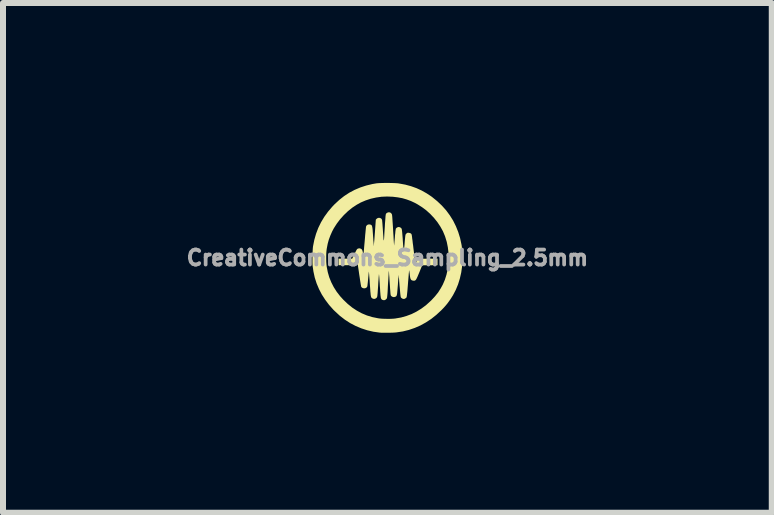
<source format=kicad_pcb>
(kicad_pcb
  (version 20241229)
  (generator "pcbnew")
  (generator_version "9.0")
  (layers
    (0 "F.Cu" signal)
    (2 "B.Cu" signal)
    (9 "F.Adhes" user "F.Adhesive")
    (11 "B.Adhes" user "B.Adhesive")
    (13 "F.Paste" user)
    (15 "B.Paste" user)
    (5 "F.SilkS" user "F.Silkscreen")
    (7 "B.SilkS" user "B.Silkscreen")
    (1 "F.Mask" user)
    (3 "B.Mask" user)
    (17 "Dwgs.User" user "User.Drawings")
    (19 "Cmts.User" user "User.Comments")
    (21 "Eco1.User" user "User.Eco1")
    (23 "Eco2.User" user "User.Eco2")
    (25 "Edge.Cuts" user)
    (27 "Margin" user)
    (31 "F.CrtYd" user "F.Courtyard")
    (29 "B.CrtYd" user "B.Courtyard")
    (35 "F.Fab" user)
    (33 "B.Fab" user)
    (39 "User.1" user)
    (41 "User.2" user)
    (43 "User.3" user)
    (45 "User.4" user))
  (footprint "CreativeCommons_Sampling_2.5mm"
    (layer "F.Cu")
    (at 3.408 1.248)
    (property "Reference" "CreativeCommons_Sampling_2.5mm" (at 0 0 0) (layer "F.Fab") (effects (font (size 0.25 0.25) (thickness 0.3))))
    (attr board_only exclude_from_pos_files exclude_from_bom)
    (fp_poly (pts (xy 0.033 -1.248) (xy 0.074 -1.247) (xy 0.114 -1.246) (xy 0.148 -1.244) (xy 0.177 -1.242) (xy 0.195 -1.239) (xy 0.298 -1.22) (xy 0.394 -1.194) (xy 0.486 -1.161) (xy 0.573 -1.121) (xy 0.656 -1.074) (xy 0.737 -1.02) (xy 0.745 -1.014) (xy 0.831 -0.944) (xy 0.909 -0.87) (xy 0.979 -0.792) (xy 1.041 -0.708) (xy 1.096 -0.62) (xy 1.142 -0.527) (xy 1.181 -0.43) (xy 1.212 -0.329) (xy 1.235 -0.223) (xy 1.239 -0.2) (xy 1.242 -0.175) (xy 1.244 -0.144) (xy 1.246 -0.107) (xy 1.248 -0.066) (xy 1.249 -0.024) (xy 1.249 0.019) (xy 1.249 0.059) (xy 1.248 0.095) (xy 1.247 0.126) (xy 1.246 0.139) (xy 1.231 0.245) (xy 1.208 0.346) (xy 1.178 0.443) (xy 1.14 0.535) (xy 1.094 0.623) (xy 1.057 0.682) (xy 1.027 0.725) (xy 0.999 0.763) (xy 0.97 0.798) (xy 0.938 0.834) (xy 0.901 0.872) (xy 0.898 0.875) (xy 0.816 0.951) (xy 0.732 1.018) (xy 0.644 1.076) (xy 0.552 1.127) (xy 0.458 1.168) (xy 0.359 1.202) (xy 0.258 1.227) (xy 0.152 1.243) (xy 0.152 1.243) (xy 0.131 1.245) (xy 0.103 1.247) (xy 0.07 1.248) (xy 0.034 1.249) (xy -0.002 1.249) (xy -0.038 1.249) (xy -0.072 1.249) (xy -0.1 1.249) (xy -0.122 1.247) (xy -0.127 1.247) (xy -0.233 1.232) (xy -0.336 1.208) (xy -0.434 1.176) (xy -0.529 1.136) (xy -0.621 1.088) (xy -0.709 1.031) (xy -0.793 0.966) (xy -0.873 0.892) (xy -0.899 0.867) (xy -0.972 0.785) (xy -1.036 0.7) (xy -1.093 0.612) (xy -1.14 0.521) (xy -1.18 0.426) (xy -1.211 0.329) (xy -1.233 0.227) (xy -1.246 0.135) (xy -1.248 0.108) (xy -1.249 0.074) (xy -1.249 0.036) (xy -1.249 0.022) (xy -1.02 0.022) (xy -1.019 0.067) (xy -1.016 0.108) (xy -1.012 0.143) (xy -1.012 0.145) (xy -0.994 0.238) (xy -0.969 0.325) (xy -0.935 0.409) (xy -0.894 0.489) (xy -0.845 0.566) (xy -0.787 0.641) (xy -0.734 0.699) (xy -0.662 0.768) (xy -0.587 0.829) (xy -0.508 0.881) (xy -0.427 0.925) (xy -0.341 0.961) (xy -0.252 0.988) (xy -0.159 1.007) (xy -0.133 1.011) (xy -0.103 1.014) (xy -0.066 1.016) (xy -0.025 1.017) (xy 0.018 1.018) (xy 0.059 1.017) (xy 0.098 1.015) (xy 0.13 1.012) (xy 0.135 1.011) (xy 0.228 0.995) (xy 0.317 0.97) (xy 0.403 0.938) (xy 0.485 0.897) (xy 0.565 0.848) (xy 0.642 0.791) (xy 0.716 0.724) (xy 0.734 0.707) (xy 0.794 0.642) (xy 0.847 0.576) (xy 0.891 0.506) (xy 0.923 0.448) (xy 0.958 0.367) (xy 0.985 0.282) (xy 1.005 0.193) (xy 1.017 0.102) (xy 1.022 0.01) (xy 1.019 -0.083) (xy 1.008 -0.175) (xy 0.99 -0.265) (xy 0.963 -0.353) (xy 0.959 -0.364) (xy 0.926 -0.443) (xy 0.884 -0.519) (xy 0.835 -0.593) (xy 0.779 -0.663) (xy 0.717 -0.729) (xy 0.65 -0.79) (xy 0.578 -0.844) (xy 0.502 -0.892) (xy 0.462 -0.914) (xy 0.392 -0.947) (xy 0.321 -0.973) (xy 0.249 -0.994) (xy 0.173 -1.008) (xy 0.091 -1.018) (xy 0.089 -1.018) (xy -0.004 -1.022) (xy -0.097 -1.018) (xy -0.188 -1.005) (xy -0.277 -0.985) (xy -0.362 -0.957) (xy -0.444 -0.922) (xy -0.509 -0.886) (xy -0.585 -0.836) (xy -0.657 -0.778) (xy -0.725 -0.713) (xy -0.788 -0.643) (xy -0.844 -0.569) (xy -0.893 -0.492) (xy -0.921 -0.439) (xy -0.951 -0.371) (xy -0.976 -0.304) (xy -0.995 -0.235) (xy -1.009 -0.162) (xy -1.012 -0.145) (xy -1.016 -0.111) (xy -1.019 -0.07) (xy -1.02 -0.025) (xy -1.02 0.022) (xy -1.249 0.022) (xy -1.249 -0.006) (xy -1.248 -0.048) (xy -1.247 -0.09) (xy -1.245 -0.128) (xy -1.243 -0.162) (xy -1.24 -0.189) (xy -1.239 -0.195) (xy -1.218 -0.3) (xy -1.189 -0.401) (xy -1.152 -0.499) (xy -1.106 -0.593) (xy -1.052 -0.683) (xy -0.989 -0.77) (xy -0.919 -0.852) (xy -0.88 -0.893) (xy -0.801 -0.966) (xy -0.72 -1.03) (xy -0.634 -1.086) (xy -0.545 -1.133) (xy -0.451 -1.173) (xy -0.353 -1.205) (xy -0.25 -1.23) (xy -0.18 -1.242) (xy -0.157 -1.244) (xy -0.127 -1.246) (xy -0.092 -1.247) (xy -0.052 -1.248) (xy -0.01 -1.248)) (stroke (width 0) (type solid)) (fill yes) (layer "F.SilkS"))
    (fp_poly (pts (xy 0.047 -0.755) (xy 0.063 -0.744) (xy 0.074 -0.727) (xy 0.077 -0.719) (xy 0.078 -0.711) (xy 0.08 -0.696) (xy 0.082 -0.673) (xy 0.084 -0.643) (xy 0.086 -0.608) (xy 0.089 -0.568) (xy 0.092 -0.525) (xy 0.095 -0.479) (xy 0.096 -0.45) (xy 0.099 -0.403) (xy 0.102 -0.36) (xy 0.104 -0.32) (xy 0.106 -0.285) (xy 0.108 -0.255) (xy 0.11 -0.231) (xy 0.111 -0.215) (xy 0.112 -0.206) (xy 0.112 -0.205) (xy 0.113 -0.211) (xy 0.114 -0.225) (xy 0.116 -0.245) (xy 0.118 -0.271) (xy 0.121 -0.302) (xy 0.124 -0.335) (xy 0.125 -0.344) (xy 0.127 -0.378) (xy 0.131 -0.41) (xy 0.133 -0.437) (xy 0.136 -0.46) (xy 0.139 -0.476) (xy 0.14 -0.485) (xy 0.141 -0.486) (xy 0.151 -0.498) (xy 0.166 -0.508) (xy 0.183 -0.513) (xy 0.188 -0.514) (xy 0.207 -0.51) (xy 0.224 -0.501) (xy 0.236 -0.487) (xy 0.238 -0.485) (xy 0.24 -0.477) (xy 0.242 -0.462) (xy 0.245 -0.44) (xy 0.248 -0.41) (xy 0.251 -0.371) (xy 0.255 -0.325) (xy 0.257 -0.288) (xy 0.26 -0.248) (xy 0.263 -0.211) (xy 0.266 -0.178) (xy 0.268 -0.15) (xy 0.27 -0.128) (xy 0.272 -0.113) (xy 0.273 -0.105) (xy 0.273 -0.105) (xy 0.274 -0.109) (xy 0.276 -0.121) (xy 0.278 -0.14) (xy 0.28 -0.164) (xy 0.283 -0.193) (xy 0.286 -0.224) (xy 0.289 -0.266) (xy 0.292 -0.301) (xy 0.295 -0.328) (xy 0.297 -0.35) (xy 0.299 -0.365) (xy 0.301 -0.377) (xy 0.303 -0.386) (xy 0.306 -0.392) (xy 0.309 -0.396) (xy 0.313 -0.4) (xy 0.317 -0.404) (xy 0.326 -0.413) (xy 0.335 -0.417) (xy 0.345 -0.418) (xy 0.357 -0.417) (xy 0.38 -0.412) (xy 0.396 -0.402) (xy 0.404 -0.389) (xy 0.406 -0.382) (xy 0.408 -0.368) (xy 0.411 -0.347) (xy 0.414 -0.319) (xy 0.419 -0.285) (xy 0.423 -0.247) (xy 0.429 -0.205) (xy 0.434 -0.16) (xy 0.437 -0.137) (xy 0.466 0.105) (xy 0.479 0.072) (xy 0.486 0.054) (xy 0.495 0.038) (xy 0.502 0.028) (xy 0.503 0.027) (xy 0.514 0.016) (xy 0.675 0.015) (xy 0.836 0.013) (xy 0.836 0.123) (xy 0.58 0.125) (xy 0.533 0.241) (xy 0.517 0.279) (xy 0.504 0.31) (xy 0.493 0.334) (xy 0.484 0.352) (xy 0.476 0.365) (xy 0.468 0.373) (xy 0.46 0.379) (xy 0.452 0.381) (xy 0.442 0.382) (xy 0.44 0.382) (xy 0.425 0.38) (xy 0.412 0.377) (xy 0.41 0.376) (xy 0.4 0.37) (xy 0.393 0.363) (xy 0.387 0.352) (xy 0.382 0.337) (xy 0.378 0.316) (xy 0.374 0.288) (xy 0.373 0.278) (xy 0.37 0.254) (xy 0.367 0.233) (xy 0.364 0.217) (xy 0.363 0.208) (xy 0.362 0.206) (xy 0.362 0.21) (xy 0.36 0.223) (xy 0.359 0.242) (xy 0.356 0.268) (xy 0.354 0.299) (xy 0.351 0.334) (xy 0.348 0.373) (xy 0.346 0.392) (xy 0.342 0.448) (xy 0.338 0.495) (xy 0.335 0.534) (xy 0.332 0.566) (xy 0.329 0.593) (xy 0.327 0.613) (xy 0.325 0.63) (xy 0.323 0.642) (xy 0.322 0.65) (xy 0.32 0.656) (xy 0.318 0.661) (xy 0.316 0.664) (xy 0.315 0.665) (xy 0.301 0.676) (xy 0.285 0.684) (xy 0.273 0.686) (xy 0.256 0.683) (xy 0.24 0.674) (xy 0.227 0.663) (xy 0.225 0.658) (xy 0.222 0.651) (xy 0.22 0.637) (xy 0.217 0.616) (xy 0.214 0.588) (xy 0.211 0.552) (xy 0.207 0.507) (xy 0.203 0.466) (xy 0.2 0.427) (xy 0.197 0.39) (xy 0.195 0.358) (xy 0.192 0.331) (xy 0.19 0.31) (xy 0.189 0.295) (xy 0.188 0.288) (xy 0.188 0.288) (xy 0.187 0.292) (xy 0.186 0.305) (xy 0.185 0.325) (xy 0.182 0.35) (xy 0.18 0.381) (xy 0.177 0.416) (xy 0.175 0.45) (xy 0.171 0.496) (xy 0.168 0.534) (xy 0.165 0.564) (xy 0.163 0.589) (xy 0.16 0.607) (xy 0.157 0.621) (xy 0.153 0.631) (xy 0.149 0.638) (xy 0.144 0.643) (xy 0.138 0.647) (xy 0.136 0.648) (xy 0.116 0.654) (xy 0.096 0.654) (xy 0.078 0.647) (xy 0.063 0.636) (xy 0.055 0.622) (xy 0.054 0.614) (xy 0.052 0.599) (xy 0.05 0.576) (xy 0.048 0.547) (xy 0.045 0.513) (xy 0.043 0.475) (xy 0.04 0.434) (xy 0.038 0.405) (xy 0.035 0.363) (xy 0.033 0.325) (xy 0.03 0.291) (xy 0.028 0.262) (xy 0.027 0.238) (xy 0.025 0.222) (xy 0.024 0.213) (xy 0.024 0.211) (xy 0.024 0.218) (xy 0.023 0.232) (xy 0.021 0.254) (xy 0.02 0.281) (xy 0.018 0.314) (xy 0.016 0.352) (xy 0.013 0.392) (xy 0.011 0.423) (xy 0.008 0.476) (xy 0.006 0.522) (xy 0.004 0.56) (xy 0.002 0.591) (xy -0.000239 0.616) (xy -0.002 0.635) (xy -0.004 0.65) (xy -0.005 0.661) (xy -0.007 0.67) (xy -0.009 0.676) (xy -0.012 0.68) (xy -0.015 0.684) (xy -0.018 0.687) (xy -0.02 0.689) (xy -0.038 0.703) (xy -0.057 0.707) (xy -0.077 0.703) (xy -0.082 0.701) (xy -0.089 0.698) (xy -0.094 0.694) (xy -0.099 0.689) (xy -0.103 0.682) (xy -0.107 0.673) (xy -0.11 0.66) (xy -0.112 0.643) (xy -0.115 0.621) (xy -0.117 0.594) (xy -0.12 0.559) (xy -0.122 0.517) (xy -0.126 0.467) (xy -0.126 0.467) (xy -0.128 0.426) (xy -0.131 0.388) (xy -0.133 0.353) (xy -0.135 0.323) (xy -0.137 0.3) (xy -0.139 0.282) (xy -0.14 0.273) (xy -0.14 0.271) (xy -0.141 0.276) (xy -0.142 0.289) (xy -0.144 0.309) (xy -0.146 0.335) (xy -0.148 0.367) (xy -0.151 0.402) (xy -0.153 0.442) (xy -0.154 0.46) (xy -0.157 0.507) (xy -0.16 0.545) (xy -0.162 0.576) (xy -0.164 0.6) (xy -0.166 0.619) (xy -0.167 0.633) (xy -0.169 0.643) (xy -0.171 0.651) (xy -0.173 0.656) (xy -0.175 0.66) (xy -0.176 0.662) (xy -0.191 0.676) (xy -0.21 0.684) (xy -0.231 0.684) (xy -0.25 0.677) (xy -0.263 0.667) (xy -0.266 0.663) (xy -0.269 0.657) (xy -0.272 0.65) (xy -0.274 0.64) (xy -0.277 0.627) (xy -0.279 0.61) (xy -0.281 0.587) (xy -0.284 0.559) (xy -0.286 0.525) (xy -0.289 0.483) (xy -0.293 0.433) (xy -0.294 0.417) (xy -0.296 0.377) (xy -0.299 0.339) (xy -0.302 0.306) (xy -0.304 0.277) (xy -0.306 0.255) (xy -0.307 0.239) (xy -0.308 0.23) (xy -0.308 0.229) (xy -0.309 0.234) (xy -0.311 0.247) (xy -0.313 0.266) (xy -0.315 0.291) (xy -0.318 0.32) (xy -0.321 0.352) (xy -0.324 0.384) (xy -0.327 0.414) (xy -0.33 0.44) (xy -0.332 0.461) (xy -0.335 0.475) (xy -0.336 0.481) (xy -0.349 0.497) (xy -0.366 0.506) (xy -0.386 0.509) (xy -0.405 0.506) (xy -0.423 0.498) (xy -0.436 0.483) (xy -0.436 0.482) (xy -0.438 0.476) (xy -0.44 0.463) (xy -0.444 0.443) (xy -0.448 0.417) (xy -0.453 0.387) (xy -0.458 0.353) (xy -0.463 0.318) (xy -0.469 0.281) (xy -0.474 0.245) (xy -0.479 0.21) (xy -0.484 0.178) (xy -0.488 0.149) (xy -0.492 0.125) (xy -0.494 0.107) (xy -0.495 0.096) (xy -0.495 0.094) (xy -0.498 0.093) (xy -0.503 0.099) (xy -0.503 0.1) (xy -0.507 0.106) (xy -0.512 0.111) (xy -0.517 0.115) (xy -0.524 0.118) (xy -0.534 0.12) (xy -0.548 0.121) (xy -0.567 0.122) (xy -0.592 0.122) (xy -0.624 0.123) (xy -0.664 0.123) (xy -0.669 0.123) (xy -0.814 0.123) (xy -0.814 0.014) (xy -0.587 0.014) (xy -0.547 -0.067) (xy -0.533 -0.095) (xy -0.523 -0.115) (xy -0.515 -0.13) (xy -0.508 -0.14) (xy -0.503 -0.146) (xy -0.498 -0.15) (xy -0.492 -0.153) (xy -0.488 -0.154) (xy -0.474 -0.158) (xy -0.463 -0.158) (xy -0.449 -0.154) (xy -0.449 -0.154) (xy -0.435 -0.148) (xy -0.425 -0.138) (xy -0.417 -0.123) (xy -0.411 -0.101) (xy -0.408 -0.082) (xy -0.406 -0.071) (xy -0.404 -0.063) (xy -0.403 -0.057) (xy -0.402 -0.055) (xy -0.4 -0.057) (xy -0.399 -0.063) (xy -0.397 -0.075) (xy -0.395 -0.092) (xy -0.393 -0.115) (xy -0.39 -0.145) (xy -0.387 -0.182) (xy -0.383 -0.228) (xy -0.378 -0.281) (xy -0.377 -0.295) (xy -0.373 -0.339) (xy -0.37 -0.38) (xy -0.366 -0.418) (xy -0.363 -0.452) (xy -0.36 -0.48) (xy -0.358 -0.503) (xy -0.356 -0.517) (xy -0.355 -0.524) (xy -0.355 -0.524) (xy -0.344 -0.541) (xy -0.327 -0.553) (xy -0.307 -0.557) (xy -0.286 -0.555) (xy -0.281 -0.553) (xy -0.273 -0.55) (xy -0.267 -0.546) (xy -0.262 -0.541) (xy -0.258 -0.534) (xy -0.255 -0.524) (xy -0.252 -0.51) (xy -0.249 -0.492) (xy -0.246 -0.467) (xy -0.244 -0.436) (xy -0.241 -0.397) (xy -0.239 -0.366) (xy -0.236 -0.328) (xy -0.234 -0.293) (xy -0.231 -0.262) (xy -0.229 -0.235) (xy -0.228 -0.214) (xy -0.227 -0.201) (xy -0.227 -0.195) (xy -0.226 -0.198) (xy -0.225 -0.208) (xy -0.224 -0.226) (xy -0.222 -0.25) (xy -0.219 -0.281) (xy -0.216 -0.316) (xy -0.213 -0.356) (xy -0.21 -0.399) (xy -0.209 -0.41) (xy -0.193 -0.636) (xy -0.18 -0.65) (xy -0.163 -0.662) (xy -0.143 -0.667) (xy -0.123 -0.665) (xy -0.105 -0.656) (xy -0.095 -0.645) (xy -0.093 -0.642) (xy -0.091 -0.636) (xy -0.089 -0.629) (xy -0.087 -0.619) (xy -0.086 -0.604) (xy -0.084 -0.585) (xy -0.082 -0.561) (xy -0.08 -0.529) (xy -0.077 -0.491) (xy -0.074 -0.445) (xy -0.071 -0.401) (xy -0.068 -0.365) (xy -0.066 -0.335) (xy -0.065 -0.313) (xy -0.063 -0.297) (xy -0.061 -0.29) (xy -0.06 -0.29) (xy -0.058 -0.297) (xy -0.056 -0.313) (xy -0.054 -0.337) (xy -0.052 -0.37) (xy -0.05 -0.411) (xy -0.047 -0.46) (xy -0.043 -0.516) (xy -0.04 -0.574) (xy -0.036 -0.622) (xy -0.033 -0.662) (xy -0.031 -0.693) (xy -0.028 -0.714) (xy -0.026 -0.727) (xy -0.025 -0.73) (xy -0.015 -0.744) (xy 0.002 -0.754) (xy 0.022 -0.759) (xy 0.029 -0.759)) (stroke (width 0) (type solid)) (fill yes) (layer "F.SilkS")))
  (gr_rect
    (start -3 -3)
    (end 9.816 5.498)
    (stroke (width 0.1) (type default))
    (fill no)
    (layer "Edge.Cuts")))
</source>
